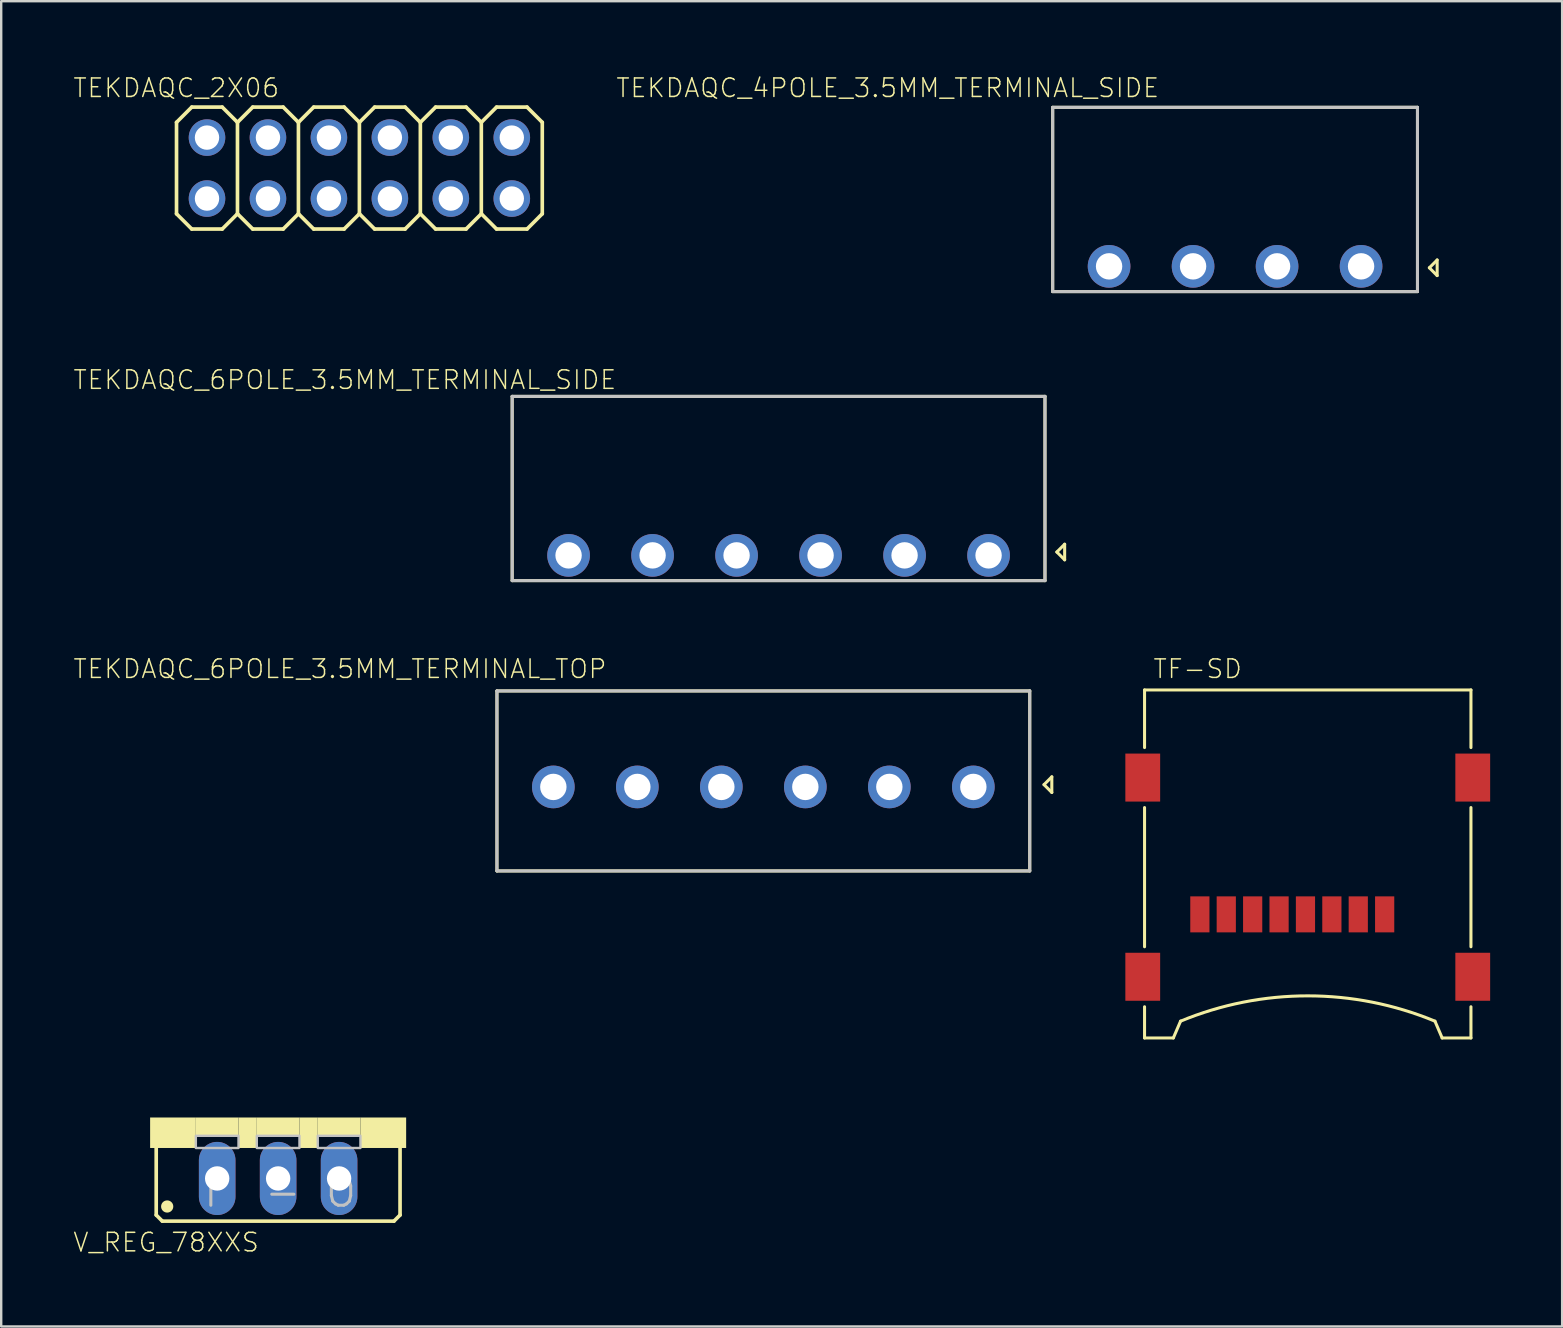
<source format=kicad_pcb>
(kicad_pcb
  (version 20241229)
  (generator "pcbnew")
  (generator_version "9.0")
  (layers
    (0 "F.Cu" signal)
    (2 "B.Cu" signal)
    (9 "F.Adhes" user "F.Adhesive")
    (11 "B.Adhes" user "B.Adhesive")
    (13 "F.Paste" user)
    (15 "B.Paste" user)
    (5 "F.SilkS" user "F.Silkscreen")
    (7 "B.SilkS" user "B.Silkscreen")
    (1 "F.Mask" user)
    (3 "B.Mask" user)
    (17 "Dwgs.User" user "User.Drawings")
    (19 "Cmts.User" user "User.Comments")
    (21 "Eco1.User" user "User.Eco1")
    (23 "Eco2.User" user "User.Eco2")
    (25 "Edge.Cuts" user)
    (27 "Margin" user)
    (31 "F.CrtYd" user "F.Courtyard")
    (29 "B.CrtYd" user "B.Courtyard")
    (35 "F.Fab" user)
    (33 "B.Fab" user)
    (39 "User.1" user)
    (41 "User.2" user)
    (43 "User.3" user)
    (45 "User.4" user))
  (footprint "TEKDAQC_4POLE_3.5MM_TERMINAL_SIDE"
    (layer "F.Cu")
    (at 48.412 5.423)
    (property "Reference" "TEKDAQC_4POLE_3.5MM_TERMINAL_SIDE" (at -3.11 -5.26 0) (layer "F.SilkS") (effects (font (size 0.772 0.772) (thickness 0.062)) (justify right top)))
    (attr through_hole)
    (fp_line (start -7.6 -4) (end -7.6 3.677) (stroke (width 0.127) (type solid)) (layer "F.SilkS"))
    (fp_line (start -7.6 3.677) (end 7.6 3.677) (stroke (width 0.127) (type solid)) (layer "F.SilkS"))
    (fp_line (start 7.6 -4) (end -7.6 -4) (stroke (width 0.127) (type solid)) (layer "F.SilkS"))
    (fp_line (start 7.6 3.677) (end 7.6 -4) (stroke (width 0.127) (type solid)) (layer "F.SilkS"))
    (fp_line (start 8.095 2.685) (end 8.42 3.01) (stroke (width 0.127) (type solid)) (layer "F.SilkS"))
    (fp_line (start 8.42 2.36) (end 8.095 2.685) (stroke (width 0.127) (type solid)) (layer "F.SilkS"))
    (fp_line (start 8.42 3.01) (end 8.42 2.36) (stroke (width 0.127) (type solid)) (layer "F.SilkS"))
    (fp_line (start -7.6 -4) (end -7.6 3.677) (stroke (width 0.127) (type solid)) (layer "Dwgs.User"))
    (fp_line (start -7.6 3.677) (end 7.6 3.677) (stroke (width 0.127) (type solid)) (layer "Dwgs.User"))
    (fp_line (start 7.6 -4) (end -7.6 -4) (stroke (width 0.127) (type solid)) (layer "Dwgs.User"))
    (fp_line (start 7.6 3.677) (end 7.6 -4) (stroke (width 0.127) (type solid)) (layer "Dwgs.User"))
    (pad "1" thru_hole circle (at 5.25 2.625) (size 1.778 1.778) (drill 1.1) (layers "*.Cu" "*.Mask"))
    (pad "2" thru_hole circle (at 1.75 2.625) (size 1.778 1.778) (drill 1.1) (layers "*.Cu" "*.Mask"))
    (pad "3" thru_hole circle (at -1.75 2.625) (size 1.778 1.778) (drill 1.1) (layers "*.Cu" "*.Mask"))
    (pad "4" thru_hole circle (at -5.25 2.625) (size 1.778 1.778) (drill 1.1) (layers "*.Cu" "*.Mask")))
  (footprint "TF-SD"
    (layer "F.Cu")
    (at 51.44 33.499)
    (property "Reference" "TF-SD" (at -2.69 -9.13 0) (layer "F.SilkS") (effects (font (size 0.772 0.772) (thickness 0.062)) (justify right top)))
    (attr through_hole)
    (fp_line (start -6.8 -7.8) (end -6.8 -5.4) (stroke (width 0.127) (type solid)) (layer "F.SilkS"))
    (fp_line (start -6.8 -7.8) (end 6.8 -7.8) (stroke (width 0.127) (type solid)) (layer "F.SilkS"))
    (fp_line (start -6.8 -2.9) (end -6.8 2.9) (stroke (width 0.127) (type solid)) (layer "F.SilkS"))
    (fp_line (start -6.8 5.4) (end -6.8 6.7) (stroke (width 0.127) (type solid)) (layer "F.SilkS"))
    (fp_line (start -6.8 6.7) (end -5.6 6.7) (stroke (width 0.127) (type solid)) (layer "F.SilkS"))
    (fp_line (start -5.6 6.7) (end -5.3 6) (stroke (width 0.127) (type solid)) (layer "F.SilkS"))
    (fp_line (start 5.6 6.7) (end 5.3 6) (stroke (width 0.127) (type solid)) (layer "F.SilkS"))
    (fp_line (start 6.8 -7.8) (end 6.8 -5.4) (stroke (width 0.127) (type solid)) (layer "F.SilkS"))
    (fp_line (start 6.8 -2.9) (end 6.8 2.9) (stroke (width 0.127) (type solid)) (layer "F.SilkS"))
    (fp_line (start 6.8 5.4) (end 6.8 6.7) (stroke (width 0.127) (type solid)) (layer "F.SilkS"))
    (fp_line (start 6.8 6.7) (end 5.6 6.7) (stroke (width 0.127) (type solid)) (layer "F.SilkS"))
    (fp_arc (start -5.3 6) (mid 0 4.945764) (end 5.299999 6) (stroke (width 0.127) (type solid)) (layer "F.SilkS"))
    (pad "G1" smd rect (at 6.875 4.15) (size 1.45 2) (layers "F.Cu" "F.Mask" "F.Paste"))
    (pad "G2" smd rect (at 6.875 -4.15) (size 1.45 2) (layers "F.Cu" "F.Mask" "F.Paste"))
    (pad "G3" smd rect (at -6.875 -4.15) (size 1.45 2) (layers "F.Cu" "F.Mask" "F.Paste"))
    (pad "G4" smd rect (at -6.875 4.15) (size 1.45 2) (layers "F.Cu" "F.Mask" "F.Paste"))
    (pad "PIN1" smd rect (at 3.205 1.55) (size 0.8 1.5) (layers "F.Cu" "F.Mask" "F.Paste"))
    (pad "PIN2" smd rect (at 2.105 1.55) (size 0.8 1.5) (layers "F.Cu" "F.Mask" "F.Paste"))
    (pad "PIN3" smd rect (at 1.005 1.55) (size 0.8 1.5) (layers "F.Cu" "F.Mask" "F.Paste"))
    (pad "PIN4" smd rect (at -0.095 1.55) (size 0.8 1.5) (layers "F.Cu" "F.Mask" "F.Paste"))
    (pad "PIN5" smd rect (at -1.195 1.55) (size 0.8 1.5) (layers "F.Cu" "F.Mask" "F.Paste"))
    (pad "PIN6" smd rect (at -2.295 1.55) (size 0.8 1.5) (layers "F.Cu" "F.Mask" "F.Paste"))
    (pad "PIN7" smd rect (at -3.395 1.55) (size 0.8 1.5) (layers "F.Cu" "F.Mask" "F.Paste"))
    (pad "PIN8" smd rect (at -4.495 1.55) (size 0.8 1.5) (layers "F.Cu" "F.Mask" "F.Paste")))
  (footprint "TEKDAQC_2X06"
    (layer "F.Cu")
    (at 11.925 3.953)
    (property "Reference" "TEKDAQC_2X06" (at -3.29 -3.79 0) (layer "F.SilkS") (effects (font (size 0.772 0.772) (thickness 0.062)) (justify right top)))
    (attr through_hole)
    (fp_line (start -7.62 -1.905) (end -6.985 -2.54) (stroke (width 0.152) (type solid)) (layer "F.SilkS"))
    (fp_line (start -7.62 1.905) (end -7.62 -1.905) (stroke (width 0.152) (type solid)) (layer "F.SilkS"))
    (fp_line (start -7.62 1.905) (end -6.985 2.54) (stroke (width 0.152) (type solid)) (layer "F.SilkS"))
    (fp_line (start -6.985 -2.54) (end -5.715 -2.54) (stroke (width 0.152) (type solid)) (layer "F.SilkS"))
    (fp_line (start -6.985 2.54) (end -5.715 2.54) (stroke (width 0.152) (type solid)) (layer "F.SilkS"))
    (fp_line (start -5.715 -2.54) (end -5.08 -1.905) (stroke (width 0.152) (type solid)) (layer "F.SilkS"))
    (fp_line (start -5.715 2.54) (end -5.08 1.905) (stroke (width 0.152) (type solid)) (layer "F.SilkS"))
    (fp_line (start -5.08 -1.905) (end -5.08 1.905) (stroke (width 0.152) (type solid)) (layer "F.SilkS"))
    (fp_line (start -5.08 -1.905) (end -4.445 -2.54) (stroke (width 0.152) (type solid)) (layer "F.SilkS"))
    (fp_line (start -5.08 1.905) (end -4.445 2.54) (stroke (width 0.152) (type solid)) (layer "F.SilkS"))
    (fp_line (start -4.445 -2.54) (end -3.175 -2.54) (stroke (width 0.152) (type solid)) (layer "F.SilkS"))
    (fp_line (start -4.445 2.54) (end -3.175 2.54) (stroke (width 0.152) (type solid)) (layer "F.SilkS"))
    (fp_line (start -3.175 -2.54) (end -2.54 -1.905) (stroke (width 0.152) (type solid)) (layer "F.SilkS"))
    (fp_line (start -3.175 2.54) (end -2.54 1.905) (stroke (width 0.152) (type solid)) (layer "F.SilkS"))
    (fp_line (start -2.54 -1.905) (end -2.54 1.905) (stroke (width 0.152) (type solid)) (layer "F.SilkS"))
    (fp_line (start -2.54 -1.905) (end -1.905 -2.54) (stroke (width 0.152) (type solid)) (layer "F.SilkS"))
    (fp_line (start -2.54 1.905) (end -1.905 2.54) (stroke (width 0.152) (type solid)) (layer "F.SilkS"))
    (fp_line (start -1.905 -2.54) (end -0.635 -2.54) (stroke (width 0.152) (type solid)) (layer "F.SilkS"))
    (fp_line (start -1.905 2.54) (end -0.635 2.54) (stroke (width 0.152) (type solid)) (layer "F.SilkS"))
    (fp_line (start -0.635 -2.54) (end 0 -1.905) (stroke (width 0.152) (type solid)) (layer "F.SilkS"))
    (fp_line (start -0.635 2.54) (end 0 1.905) (stroke (width 0.152) (type solid)) (layer "F.SilkS"))
    (fp_line (start 0 -1.905) (end 0 1.905) (stroke (width 0.152) (type solid)) (layer "F.SilkS"))
    (fp_line (start 0 -1.905) (end 0.635 -2.54) (stroke (width 0.152) (type solid)) (layer "F.SilkS"))
    (fp_line (start 0 1.905) (end 0.635 2.54) (stroke (width 0.152) (type solid)) (layer "F.SilkS"))
    (fp_line (start 0.635 -2.54) (end 1.905 -2.54) (stroke (width 0.152) (type solid)) (layer "F.SilkS"))
    (fp_line (start 0.635 2.54) (end 1.905 2.54) (stroke (width 0.152) (type solid)) (layer "F.SilkS"))
    (fp_line (start 1.905 -2.54) (end 2.54 -1.905) (stroke (width 0.152) (type solid)) (layer "F.SilkS"))
    (fp_line (start 1.905 2.54) (end 2.54 1.905) (stroke (width 0.152) (type solid)) (layer "F.SilkS"))
    (fp_line (start 2.54 -1.905) (end 2.54 1.905) (stroke (width 0.152) (type solid)) (layer "F.SilkS"))
    (fp_line (start 2.54 -1.905) (end 3.175 -2.54) (stroke (width 0.152) (type solid)) (layer "F.SilkS"))
    (fp_line (start 2.54 1.905) (end 3.175 2.54) (stroke (width 0.152) (type solid)) (layer "F.SilkS"))
    (fp_line (start 3.175 -2.54) (end 4.445 -2.54) (stroke (width 0.152) (type solid)) (layer "F.SilkS"))
    (fp_line (start 3.175 2.54) (end 4.445 2.54) (stroke (width 0.152) (type solid)) (layer "F.SilkS"))
    (fp_line (start 4.445 -2.54) (end 5.08 -1.905) (stroke (width 0.152) (type solid)) (layer "F.SilkS"))
    (fp_line (start 4.445 2.54) (end 5.08 1.905) (stroke (width 0.152) (type solid)) (layer "F.SilkS"))
    (fp_line (start 5.08 -1.905) (end 5.08 1.905) (stroke (width 0.152) (type solid)) (layer "F.SilkS"))
    (fp_line (start 5.08 -1.905) (end 5.715 -2.54) (stroke (width 0.152) (type solid)) (layer "F.SilkS"))
    (fp_line (start 5.08 1.905) (end 5.715 2.54) (stroke (width 0.152) (type solid)) (layer "F.SilkS"))
    (fp_line (start 5.715 -2.54) (end 6.985 -2.54) (stroke (width 0.152) (type solid)) (layer "F.SilkS"))
    (fp_line (start 5.715 2.54) (end 6.985 2.54) (stroke (width 0.152) (type solid)) (layer "F.SilkS"))
    (fp_line (start 6.985 -2.54) (end 7.62 -1.905) (stroke (width 0.152) (type solid)) (layer "F.SilkS"))
    (fp_line (start 6.985 2.54) (end 7.62 1.905) (stroke (width 0.152) (type solid)) (layer "F.SilkS"))
    (fp_line (start 7.62 -1.905) (end 7.62 1.905) (stroke (width 0.152) (type solid)) (layer "F.SilkS"))
    (fp_poly (pts (xy -6.604 -1.016) (xy -6.096 -1.016) (xy -6.096 -1.524) (xy -6.604 -1.524)) (stroke (width 0.1) (type solid)) (fill no) (layer "Dwgs.User"))
    (fp_poly (pts (xy -6.604 1.524) (xy -6.096 1.524) (xy -6.096 1.016) (xy -6.604 1.016)) (stroke (width 0.1) (type solid)) (fill no) (layer "Dwgs.User"))
    (fp_poly (pts (xy -4.064 -1.016) (xy -3.556 -1.016) (xy -3.556 -1.524) (xy -4.064 -1.524)) (stroke (width 0.1) (type solid)) (fill no) (layer "Dwgs.User"))
    (fp_poly (pts (xy -4.064 1.524) (xy -3.556 1.524) (xy -3.556 1.016) (xy -4.064 1.016)) (stroke (width 0.1) (type solid)) (fill no) (layer "Dwgs.User"))
    (fp_poly (pts (xy -1.524 -1.016) (xy -1.016 -1.016) (xy -1.016 -1.524) (xy -1.524 -1.524)) (stroke (width 0.1) (type solid)) (fill no) (layer "Dwgs.User"))
    (fp_poly (pts (xy -1.524 1.524) (xy -1.016 1.524) (xy -1.016 1.016) (xy -1.524 1.016)) (stroke (width 0.1) (type solid)) (fill no) (layer "Dwgs.User"))
    (fp_poly (pts (xy 1.016 -1.016) (xy 1.524 -1.016) (xy 1.524 -1.524) (xy 1.016 -1.524)) (stroke (width 0.1) (type solid)) (fill no) (layer "Dwgs.User"))
    (fp_poly (pts (xy 1.016 1.524) (xy 1.524 1.524) (xy 1.524 1.016) (xy 1.016 1.016)) (stroke (width 0.1) (type solid)) (fill no) (layer "Dwgs.User"))
    (fp_poly (pts (xy 3.556 -1.016) (xy 4.064 -1.016) (xy 4.064 -1.524) (xy 3.556 -1.524)) (stroke (width 0.1) (type solid)) (fill no) (layer "Dwgs.User"))
    (fp_poly (pts (xy 3.556 1.524) (xy 4.064 1.524) (xy 4.064 1.016) (xy 3.556 1.016)) (stroke (width 0.1) (type solid)) (fill no) (layer "Dwgs.User"))
    (fp_poly (pts (xy 6.096 -1.016) (xy 6.604 -1.016) (xy 6.604 -1.524) (xy 6.096 -1.524)) (stroke (width 0.1) (type solid)) (fill no) (layer "Dwgs.User"))
    (fp_poly (pts (xy 6.096 1.524) (xy 6.604 1.524) (xy 6.604 1.016) (xy 6.096 1.016)) (stroke (width 0.1) (type solid)) (fill no) (layer "Dwgs.User"))
    (pad "1" thru_hole circle (at -6.35 1.27) (size 1.524 1.524) (drill 1.016) (layers "*.Cu" "*.Mask"))
    (pad "2" thru_hole circle (at -6.35 -1.27) (size 1.524 1.524) (drill 1.016) (layers "*.Cu" "*.Mask"))
    (pad "3" thru_hole circle (at -3.81 1.27) (size 1.524 1.524) (drill 1.016) (layers "*.Cu" "*.Mask"))
    (pad "4" thru_hole circle (at -3.81 -1.27) (size 1.524 1.524) (drill 1.016) (layers "*.Cu" "*.Mask"))
    (pad "5" thru_hole circle (at -1.27 1.27) (size 1.524 1.524) (drill 1.016) (layers "*.Cu" "*.Mask"))
    (pad "6" thru_hole circle (at -1.27 -1.27) (size 1.524 1.524) (drill 1.016) (layers "*.Cu" "*.Mask"))
    (pad "7" thru_hole circle (at 1.27 1.27) (size 1.524 1.524) (drill 1.016) (layers "*.Cu" "*.Mask"))
    (pad "8" thru_hole circle (at 1.27 -1.27) (size 1.524 1.524) (drill 1.016) (layers "*.Cu" "*.Mask"))
    (pad "9" thru_hole circle (at 3.81 1.27) (size 1.524 1.524) (drill 1.016) (layers "*.Cu" "*.Mask"))
    (pad "10" thru_hole circle (at 3.81 -1.27) (size 1.524 1.524) (drill 1.016) (layers "*.Cu" "*.Mask"))
    (pad "11" thru_hole circle (at 6.35 1.27) (size 1.524 1.524) (drill 1.016) (layers "*.Cu" "*.Mask"))
    (pad "12" thru_hole circle (at 6.35 -1.27) (size 1.524 1.524) (drill 1.016) (layers "*.Cu" "*.Mask")))
  (footprint "V_REG_78XXS"
    (layer "F.Cu")
    (at 8.539 43.513)
    (property "Reference" "V_REG_78XXS" (at -0.75 4.75 180) (layer "F.SilkS") (effects (font (size 0.772 0.772) (thickness 0.062)) (justify right top)))
    (attr through_hole)
    (fp_line (start -5.08 4.064) (end -5.08 1.143) (stroke (width 0.152) (type solid)) (layer "F.SilkS"))
    (fp_line (start -5.08 4.064) (end -4.826 4.318) (stroke (width 0.152) (type solid)) (layer "F.SilkS"))
    (fp_line (start 4.826 4.318) (end -4.826 4.318) (stroke (width 0.152) (type solid)) (layer "F.SilkS"))
    (fp_line (start 4.826 4.318) (end 5.08 4.064) (stroke (width 0.152) (type solid)) (layer "F.SilkS"))
    (fp_line (start 5.08 1.143) (end 5.08 4.064) (stroke (width 0.152) (type solid)) (layer "F.SilkS"))
    (fp_circle (center -4.623 3.708) (end -4.369 3.708) (stroke (width 0) (type solid)) (fill yes) (layer "F.SilkS"))
    (fp_poly (pts (xy -5.334 1.27) (xy -3.429 1.27) (xy -3.429 0) (xy -5.334 0)) (stroke (width 0) (type solid)) (fill yes) (layer "F.SilkS"))
    (fp_poly (pts (xy -3.429 0.762) (xy -1.651 0.762) (xy -1.651 0) (xy -3.429 0)) (stroke (width 0) (type solid)) (fill yes) (layer "F.SilkS"))
    (fp_poly (pts (xy -1.651 1.27) (xy -0.889 1.27) (xy -0.889 0) (xy -1.651 0)) (stroke (width 0) (type solid)) (fill yes) (layer "F.SilkS"))
    (fp_poly (pts (xy -0.889 0.762) (xy 0.889 0.762) (xy 0.889 0) (xy -0.889 0)) (stroke (width 0) (type solid)) (fill yes) (layer "F.SilkS"))
    (fp_poly (pts (xy 0.889 1.27) (xy 1.651 1.27) (xy 1.651 0) (xy 0.889 0)) (stroke (width 0) (type solid)) (fill yes) (layer "F.SilkS"))
    (fp_poly (pts (xy 1.651 0.762) (xy 3.429 0.762) (xy 3.429 0) (xy 1.651 0)) (stroke (width 0) (type solid)) (fill yes) (layer "F.SilkS"))
    (fp_poly (pts (xy 3.429 1.27) (xy 5.334 1.27) (xy 5.334 0) (xy 3.429 0)) (stroke (width 0) (type solid)) (fill yes) (layer "F.SilkS"))
    (fp_poly (pts (xy -3.429 1.27) (xy -1.651 1.27) (xy -1.651 0.762) (xy -3.429 0.762)) (stroke (width 0.1) (type solid)) (fill no) (layer "Dwgs.User"))
    (fp_poly (pts (xy -0.889 1.27) (xy 0.889 1.27) (xy 0.889 0.762) (xy -0.889 0.762)) (stroke (width 0.1) (type solid)) (fill no) (layer "Dwgs.User"))
    (fp_poly (pts (xy 1.651 1.27) (xy 3.429 1.27) (xy 3.429 0.762) (xy 1.651 0.762)) (stroke (width 0.1) (type solid)) (fill no) (layer "Dwgs.User"))
    (fp_text user "O" (at 1.905 3.81 0) (layer "Dwgs.User") (effects (font (size 1.206 1.206) (thickness 0.127)) (justify left bottom)))
    (fp_text user "I" (at -3.175 3.81 0) (layer "Dwgs.User") (effects (font (size 1.206 1.206) (thickness 0.127)) (justify left bottom)))
    (fp_text user "-" (at -0.635 3.81 0) (layer "Dwgs.User") (effects (font (size 1.206 1.206) (thickness 0.127)) (justify left bottom)))
    (pad "GND" thru_hole oval (at 0 2.54 90) (size 3.048 1.524) (drill 1.016) (layers "*.Cu" "*.Mask"))
    (pad "IN" thru_hole oval (at -2.54 2.54 90) (size 3.048 1.524) (drill 1.016) (layers "*.Cu" "*.Mask"))
    (pad "OUT" thru_hole oval (at 2.54 2.54 90) (size 3.048 1.524) (drill 1.016) (layers "*.Cu" "*.Mask")))
  (footprint "TEKDAQC_6POLE_3.5MM_TERMINAL_SIDE"
    (layer "F.Cu")
    (at 29.391 17.466)
    (property "Reference" "TEKDAQC_6POLE_3.5MM_TERMINAL_SIDE" (at -6.71 -5.14 180) (layer "F.SilkS") (effects (font (size 0.772 0.772) (thickness 0.062)) (justify right top)))
    (attr through_hole)
    (fp_line (start -11.1 -4) (end -11.1 3.677) (stroke (width 0.127) (type solid)) (layer "F.SilkS"))
    (fp_line (start -11.1 3.677) (end 11.1 3.677) (stroke (width 0.127) (type solid)) (layer "F.SilkS"))
    (fp_line (start 11.1 -4) (end -11.1 -4) (stroke (width 0.127) (type solid)) (layer "F.SilkS"))
    (fp_line (start 11.1 3.677) (end 11.1 -4) (stroke (width 0.127) (type solid)) (layer "F.SilkS"))
    (fp_line (start 11.595 2.485) (end 11.92 2.81) (stroke (width 0.127) (type solid)) (layer "F.SilkS"))
    (fp_line (start 11.92 2.16) (end 11.595 2.485) (stroke (width 0.127) (type solid)) (layer "F.SilkS"))
    (fp_line (start 11.92 2.81) (end 11.92 2.16) (stroke (width 0.127) (type solid)) (layer "F.SilkS"))
    (fp_line (start -11.1 -4) (end -11.1 3.677) (stroke (width 0.127) (type solid)) (layer "Dwgs.User"))
    (fp_line (start -11.1 3.677) (end 11.1 3.677) (stroke (width 0.127) (type solid)) (layer "Dwgs.User"))
    (fp_line (start 11.1 -4) (end -11.1 -4) (stroke (width 0.127) (type solid)) (layer "Dwgs.User"))
    (fp_line (start 11.1 3.677) (end 11.1 -4) (stroke (width 0.127) (type solid)) (layer "Dwgs.User"))
    (pad "1" thru_hole circle (at 8.75 2.625 180) (size 1.778 1.778) (drill 1.1) (layers "*.Cu" "*.Mask"))
    (pad "2" thru_hole circle (at 5.25 2.625 180) (size 1.778 1.778) (drill 1.1) (layers "*.Cu" "*.Mask"))
    (pad "3" thru_hole circle (at 1.75 2.625 180) (size 1.778 1.778) (drill 1.1) (layers "*.Cu" "*.Mask"))
    (pad "4" thru_hole circle (at -1.75 2.625 180) (size 1.778 1.778) (drill 1.1) (layers "*.Cu" "*.Mask"))
    (pad "5" thru_hole circle (at -5.25 2.625 180) (size 1.778 1.778) (drill 1.1) (layers "*.Cu" "*.Mask"))
    (pad "6" thru_hole circle (at -8.75 2.625 180) (size 1.778 1.778) (drill 1.1) (layers "*.Cu" "*.Mask")))
  (footprint "TEKDAQC_6POLE_3.5MM_TERMINAL_TOP"
    (layer "F.Cu")
    (at 28.756 29.739)
    (property "Reference" "TEKDAQC_6POLE_3.5MM_TERMINAL_TOP" (at -6.48 -5.37 180) (layer "F.SilkS") (effects (font (size 0.772 0.772) (thickness 0.062)) (justify right top)))
    (attr through_hole)
    (fp_line (start -11.1 -4) (end -11.1 3.5) (stroke (width 0.127) (type solid)) (layer "F.SilkS"))
    (fp_line (start -11.1 3.5) (end 11.1 3.5) (stroke (width 0.127) (type solid)) (layer "F.SilkS"))
    (fp_line (start 11.1 -4) (end -11.1 -4) (stroke (width 0.127) (type solid)) (layer "F.SilkS"))
    (fp_line (start 11.1 3.5) (end 11.1 -4) (stroke (width 0.127) (type solid)) (layer "F.SilkS"))
    (fp_line (start 11.695 -0.095) (end 12.02 0.23) (stroke (width 0.127) (type solid)) (layer "F.SilkS"))
    (fp_line (start 12.02 -0.42) (end 11.695 -0.095) (stroke (width 0.127) (type solid)) (layer "F.SilkS"))
    (fp_line (start 12.02 0.23) (end 12.02 -0.42) (stroke (width 0.127) (type solid)) (layer "F.SilkS"))
    (fp_line (start -11.1 -4) (end -11.1 3.5) (stroke (width 0.127) (type solid)) (layer "Dwgs.User"))
    (fp_line (start -11.1 3.5) (end 11.1 3.5) (stroke (width 0.127) (type solid)) (layer "Dwgs.User"))
    (fp_line (start 11.1 -4) (end -11.1 -4) (stroke (width 0.127) (type solid)) (layer "Dwgs.User"))
    (fp_line (start 11.1 3.5) (end 11.1 -4) (stroke (width 0.127) (type solid)) (layer "Dwgs.User"))
    (pad "1" thru_hole circle (at 8.75 0 180) (size 1.778 1.778) (drill 1.1) (layers "*.Cu" "*.Mask"))
    (pad "2" thru_hole circle (at 5.25 0 180) (size 1.778 1.778) (drill 1.1) (layers "*.Cu" "*.Mask"))
    (pad "3" thru_hole circle (at 1.75 0 180) (size 1.778 1.778) (drill 1.1) (layers "*.Cu" "*.Mask"))
    (pad "4" thru_hole circle (at -1.75 0 180) (size 1.778 1.778) (drill 1.1) (layers "*.Cu" "*.Mask"))
    (pad "5" thru_hole circle (at -5.25 0 180) (size 1.778 1.778) (drill 1.1) (layers "*.Cu" "*.Mask"))
    (pad "6" thru_hole circle (at -8.75 0 180) (size 1.778 1.778) (drill 1.1) (layers "*.Cu" "*.Mask")))
  (gr_rect
    (start -3 -3)
    (end 62.04 52.22)
    (stroke (width 0.1) (type default))
    (fill no)
    (layer "Edge.Cuts")))
</source>
